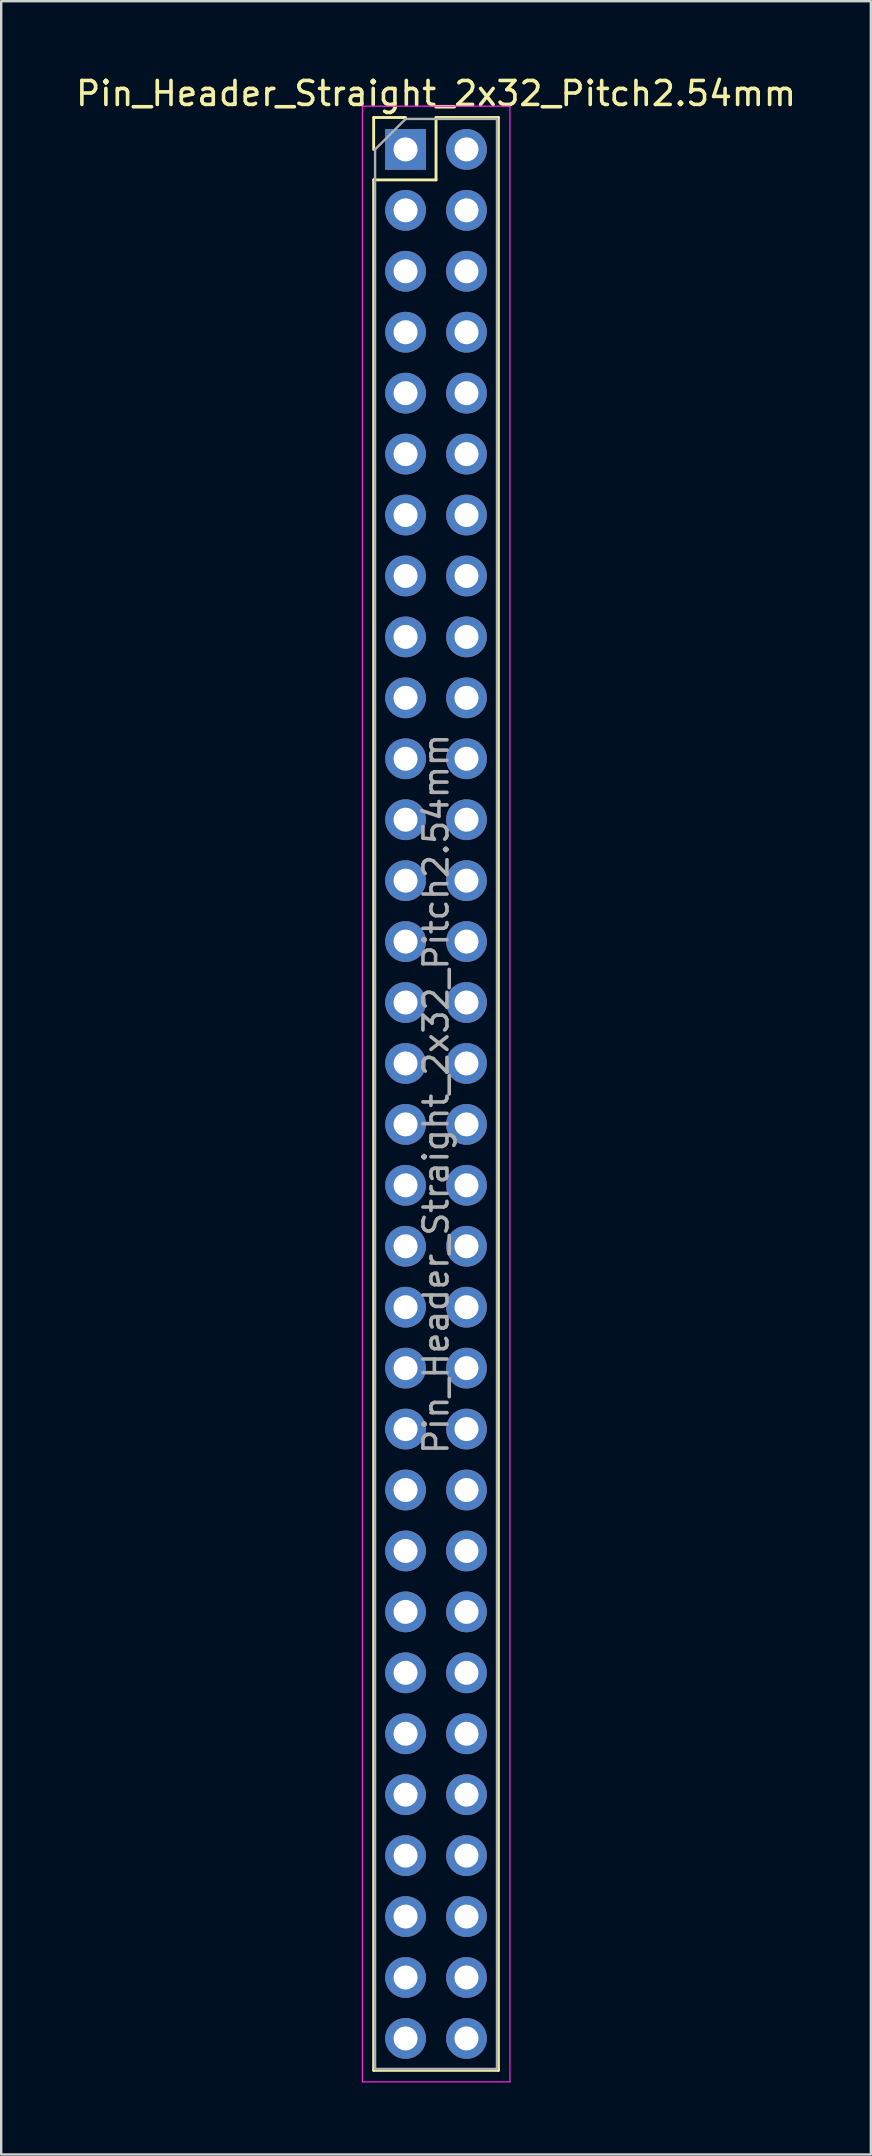
<source format=kicad_pcb>
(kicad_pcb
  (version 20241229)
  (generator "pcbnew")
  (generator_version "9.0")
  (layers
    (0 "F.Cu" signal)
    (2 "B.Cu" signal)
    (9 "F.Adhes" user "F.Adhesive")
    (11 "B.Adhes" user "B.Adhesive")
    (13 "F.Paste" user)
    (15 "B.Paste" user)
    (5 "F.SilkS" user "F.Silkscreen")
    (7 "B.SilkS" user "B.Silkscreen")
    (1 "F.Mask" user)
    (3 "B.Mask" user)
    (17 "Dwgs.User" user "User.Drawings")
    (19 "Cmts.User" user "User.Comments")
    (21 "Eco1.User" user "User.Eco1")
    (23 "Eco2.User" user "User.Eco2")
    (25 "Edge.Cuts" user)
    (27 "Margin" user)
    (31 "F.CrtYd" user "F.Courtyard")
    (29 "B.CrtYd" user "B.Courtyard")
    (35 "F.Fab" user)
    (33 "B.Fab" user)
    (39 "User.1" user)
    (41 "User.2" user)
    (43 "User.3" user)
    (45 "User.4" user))
  (footprint "Pin_Header_Straight_2x32_Pitch2.54mm"
    (layer "F.Cu")
    (at 13.855 3.178)
    (property "Reference" "Pin_Header_Straight_2x32_Pitch2.54mm" (at 1.27 -2.33 0) (layer "F.SilkS") (effects (font (size 1 1) (thickness 0.15))))
    (attr through_hole)
    (fp_line (start -1.33 -1.33) (end 0 -1.33) (stroke (width 0.12) (type solid)) (layer "F.SilkS"))
    (fp_line (start -1.33 0) (end -1.33 -1.33) (stroke (width 0.12) (type solid)) (layer "F.SilkS"))
    (fp_line (start -1.33 1.27) (end -1.33 80.07) (stroke (width 0.12) (type solid)) (layer "F.SilkS"))
    (fp_line (start -1.33 1.27) (end 1.27 1.27) (stroke (width 0.12) (type solid)) (layer "F.SilkS"))
    (fp_line (start -1.33 80.07) (end 3.87 80.07) (stroke (width 0.12) (type solid)) (layer "F.SilkS"))
    (fp_line (start 1.27 -1.33) (end 3.87 -1.33) (stroke (width 0.12) (type solid)) (layer "F.SilkS"))
    (fp_line (start 1.27 1.27) (end 1.27 -1.33) (stroke (width 0.12) (type solid)) (layer "F.SilkS"))
    (fp_line (start 3.87 -1.33) (end 3.87 80.07) (stroke (width 0.12) (type solid)) (layer "F.SilkS"))
    (fp_line (start -1.8 -1.8) (end -1.8 80.55) (stroke (width 0.05) (type solid)) (layer "F.CrtYd"))
    (fp_line (start -1.8 80.55) (end 4.35 80.55) (stroke (width 0.05) (type solid)) (layer "F.CrtYd"))
    (fp_line (start 4.35 -1.8) (end -1.8 -1.8) (stroke (width 0.05) (type solid)) (layer "F.CrtYd"))
    (fp_line (start 4.35 80.55) (end 4.35 -1.8) (stroke (width 0.05) (type solid)) (layer "F.CrtYd"))
    (fp_line (start -1.27 0) (end 0 -1.27) (stroke (width 0.1) (type solid)) (layer "F.Fab"))
    (fp_line (start -1.27 80.01) (end -1.27 0) (stroke (width 0.1) (type solid)) (layer "F.Fab"))
    (fp_line (start 0 -1.27) (end 3.81 -1.27) (stroke (width 0.1) (type solid)) (layer "F.Fab"))
    (fp_line (start 3.81 -1.27) (end 3.81 80.01) (stroke (width 0.1) (type solid)) (layer "F.Fab"))
    (fp_line (start 3.81 80.01) (end -1.27 80.01) (stroke (width 0.1) (type solid)) (layer "F.Fab"))
    (fp_text user "${REFERENCE}" (at 1.27 39.37 90) (layer "F.Fab") (effects (font (size 1 1) (thickness 0.15))))
    (pad "1" thru_hole rect (at 0 0) (size 1.7 1.7) (drill 1) (layers "*.Cu" "*.Mask"))
    (pad "2" thru_hole oval (at 2.54 0) (size 1.7 1.7) (drill 1) (layers "*.Cu" "*.Mask"))
    (pad "3" thru_hole oval (at 0 2.54) (size 1.7 1.7) (drill 1) (layers "*.Cu" "*.Mask"))
    (pad "4" thru_hole oval (at 2.54 2.54) (size 1.7 1.7) (drill 1) (layers "*.Cu" "*.Mask"))
    (pad "5" thru_hole oval (at 0 5.08) (size 1.7 1.7) (drill 1) (layers "*.Cu" "*.Mask"))
    (pad "6" thru_hole oval (at 2.54 5.08) (size 1.7 1.7) (drill 1) (layers "*.Cu" "*.Mask"))
    (pad "7" thru_hole oval (at 0 7.62) (size 1.7 1.7) (drill 1) (layers "*.Cu" "*.Mask"))
    (pad "8" thru_hole oval (at 2.54 7.62) (size 1.7 1.7) (drill 1) (layers "*.Cu" "*.Mask"))
    (pad "9" thru_hole oval (at 0 10.16) (size 1.7 1.7) (drill 1) (layers "*.Cu" "*.Mask"))
    (pad "10" thru_hole oval (at 2.54 10.16) (size 1.7 1.7) (drill 1) (layers "*.Cu" "*.Mask"))
    (pad "11" thru_hole oval (at 0 12.7) (size 1.7 1.7) (drill 1) (layers "*.Cu" "*.Mask"))
    (pad "12" thru_hole oval (at 2.54 12.7) (size 1.7 1.7) (drill 1) (layers "*.Cu" "*.Mask"))
    (pad "13" thru_hole oval (at 0 15.24) (size 1.7 1.7) (drill 1) (layers "*.Cu" "*.Mask"))
    (pad "14" thru_hole oval (at 2.54 15.24) (size 1.7 1.7) (drill 1) (layers "*.Cu" "*.Mask"))
    (pad "15" thru_hole oval (at 0 17.78) (size 1.7 1.7) (drill 1) (layers "*.Cu" "*.Mask"))
    (pad "16" thru_hole oval (at 2.54 17.78) (size 1.7 1.7) (drill 1) (layers "*.Cu" "*.Mask"))
    (pad "17" thru_hole oval (at 0 20.32) (size 1.7 1.7) (drill 1) (layers "*.Cu" "*.Mask"))
    (pad "18" thru_hole oval (at 2.54 20.32) (size 1.7 1.7) (drill 1) (layers "*.Cu" "*.Mask"))
    (pad "19" thru_hole oval (at 0 22.86) (size 1.7 1.7) (drill 1) (layers "*.Cu" "*.Mask"))
    (pad "20" thru_hole oval (at 2.54 22.86) (size 1.7 1.7) (drill 1) (layers "*.Cu" "*.Mask"))
    (pad "21" thru_hole oval (at 0 25.4) (size 1.7 1.7) (drill 1) (layers "*.Cu" "*.Mask"))
    (pad "22" thru_hole oval (at 2.54 25.4) (size 1.7 1.7) (drill 1) (layers "*.Cu" "*.Mask"))
    (pad "23" thru_hole oval (at 0 27.94) (size 1.7 1.7) (drill 1) (layers "*.Cu" "*.Mask"))
    (pad "24" thru_hole oval (at 2.54 27.94) (size 1.7 1.7) (drill 1) (layers "*.Cu" "*.Mask"))
    (pad "25" thru_hole oval (at 0 30.48) (size 1.7 1.7) (drill 1) (layers "*.Cu" "*.Mask"))
    (pad "26" thru_hole oval (at 2.54 30.48) (size 1.7 1.7) (drill 1) (layers "*.Cu" "*.Mask"))
    (pad "27" thru_hole oval (at 0 33.02) (size 1.7 1.7) (drill 1) (layers "*.Cu" "*.Mask"))
    (pad "28" thru_hole oval (at 2.54 33.02) (size 1.7 1.7) (drill 1) (layers "*.Cu" "*.Mask"))
    (pad "29" thru_hole oval (at 0 35.56) (size 1.7 1.7) (drill 1) (layers "*.Cu" "*.Mask"))
    (pad "30" thru_hole oval (at 2.54 35.56) (size 1.7 1.7) (drill 1) (layers "*.Cu" "*.Mask"))
    (pad "31" thru_hole oval (at 0 38.1) (size 1.7 1.7) (drill 1) (layers "*.Cu" "*.Mask"))
    (pad "32" thru_hole oval (at 2.54 38.1) (size 1.7 1.7) (drill 1) (layers "*.Cu" "*.Mask"))
    (pad "33" thru_hole oval (at 0 40.64) (size 1.7 1.7) (drill 1) (layers "*.Cu" "*.Mask"))
    (pad "34" thru_hole oval (at 2.54 40.64) (size 1.7 1.7) (drill 1) (layers "*.Cu" "*.Mask"))
    (pad "35" thru_hole oval (at 0 43.18) (size 1.7 1.7) (drill 1) (layers "*.Cu" "*.Mask"))
    (pad "36" thru_hole oval (at 2.54 43.18) (size 1.7 1.7) (drill 1) (layers "*.Cu" "*.Mask"))
    (pad "37" thru_hole oval (at 0 45.72) (size 1.7 1.7) (drill 1) (layers "*.Cu" "*.Mask"))
    (pad "38" thru_hole oval (at 2.54 45.72) (size 1.7 1.7) (drill 1) (layers "*.Cu" "*.Mask"))
    (pad "39" thru_hole oval (at 0 48.26) (size 1.7 1.7) (drill 1) (layers "*.Cu" "*.Mask"))
    (pad "40" thru_hole oval (at 2.54 48.26) (size 1.7 1.7) (drill 1) (layers "*.Cu" "*.Mask"))
    (pad "41" thru_hole oval (at 0 50.8) (size 1.7 1.7) (drill 1) (layers "*.Cu" "*.Mask"))
    (pad "42" thru_hole oval (at 2.54 50.8) (size 1.7 1.7) (drill 1) (layers "*.Cu" "*.Mask"))
    (pad "43" thru_hole oval (at 0 53.34) (size 1.7 1.7) (drill 1) (layers "*.Cu" "*.Mask"))
    (pad "44" thru_hole oval (at 2.54 53.34) (size 1.7 1.7) (drill 1) (layers "*.Cu" "*.Mask"))
    (pad "45" thru_hole oval (at 0 55.88) (size 1.7 1.7) (drill 1) (layers "*.Cu" "*.Mask"))
    (pad "46" thru_hole oval (at 2.54 55.88) (size 1.7 1.7) (drill 1) (layers "*.Cu" "*.Mask"))
    (pad "47" thru_hole oval (at 0 58.42) (size 1.7 1.7) (drill 1) (layers "*.Cu" "*.Mask"))
    (pad "48" thru_hole oval (at 2.54 58.42) (size 1.7 1.7) (drill 1) (layers "*.Cu" "*.Mask"))
    (pad "49" thru_hole oval (at 0 60.96) (size 1.7 1.7) (drill 1) (layers "*.Cu" "*.Mask"))
    (pad "50" thru_hole oval (at 2.54 60.96) (size 1.7 1.7) (drill 1) (layers "*.Cu" "*.Mask"))
    (pad "51" thru_hole oval (at 0 63.5) (size 1.7 1.7) (drill 1) (layers "*.Cu" "*.Mask"))
    (pad "52" thru_hole oval (at 2.54 63.5) (size 1.7 1.7) (drill 1) (layers "*.Cu" "*.Mask"))
    (pad "53" thru_hole oval (at 0 66.04) (size 1.7 1.7) (drill 1) (layers "*.Cu" "*.Mask"))
    (pad "54" thru_hole oval (at 2.54 66.04) (size 1.7 1.7) (drill 1) (layers "*.Cu" "*.Mask"))
    (pad "55" thru_hole oval (at 0 68.58) (size 1.7 1.7) (drill 1) (layers "*.Cu" "*.Mask"))
    (pad "56" thru_hole oval (at 2.54 68.58) (size 1.7 1.7) (drill 1) (layers "*.Cu" "*.Mask"))
    (pad "57" thru_hole oval (at 0 71.12) (size 1.7 1.7) (drill 1) (layers "*.Cu" "*.Mask"))
    (pad "58" thru_hole oval (at 2.54 71.12) (size 1.7 1.7) (drill 1) (layers "*.Cu" "*.Mask"))
    (pad "59" thru_hole oval (at 0 73.66) (size 1.7 1.7) (drill 1) (layers "*.Cu" "*.Mask"))
    (pad "60" thru_hole oval (at 2.54 73.66) (size 1.7 1.7) (drill 1) (layers "*.Cu" "*.Mask"))
    (pad "61" thru_hole oval (at 0 76.2) (size 1.7 1.7) (drill 1) (layers "*.Cu" "*.Mask"))
    (pad "62" thru_hole oval (at 2.54 76.2) (size 1.7 1.7) (drill 1) (layers "*.Cu" "*.Mask"))
    (pad "63" thru_hole oval (at 0 78.74) (size 1.7 1.7) (drill 1) (layers "*.Cu" "*.Mask"))
    (pad "64" thru_hole oval (at 2.54 78.74) (size 1.7 1.7) (drill 1) (layers "*.Cu" "*.Mask")))
  (gr_rect
    (start -3 -3)
    (end 33.25 86.753)
    (stroke (width 0.1) (type default))
    (fill no)
    (layer "Edge.Cuts")))
</source>
